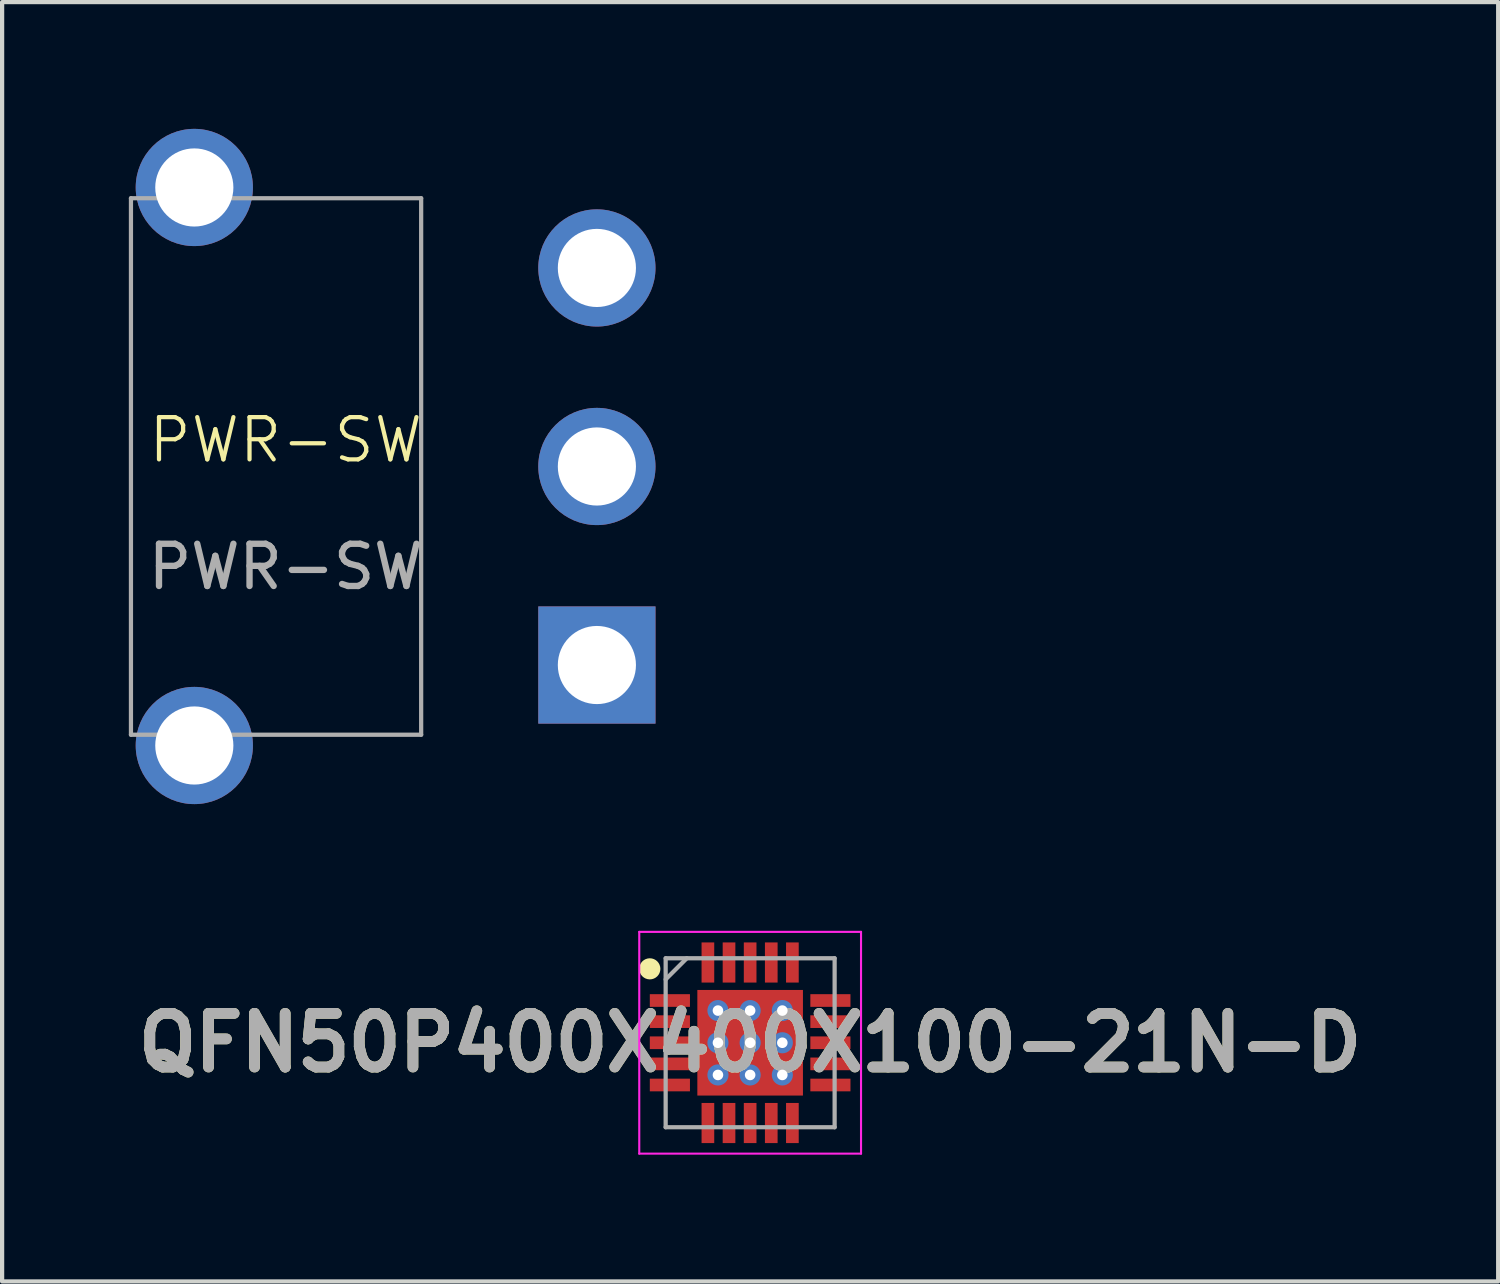
<source format=kicad_pcb>
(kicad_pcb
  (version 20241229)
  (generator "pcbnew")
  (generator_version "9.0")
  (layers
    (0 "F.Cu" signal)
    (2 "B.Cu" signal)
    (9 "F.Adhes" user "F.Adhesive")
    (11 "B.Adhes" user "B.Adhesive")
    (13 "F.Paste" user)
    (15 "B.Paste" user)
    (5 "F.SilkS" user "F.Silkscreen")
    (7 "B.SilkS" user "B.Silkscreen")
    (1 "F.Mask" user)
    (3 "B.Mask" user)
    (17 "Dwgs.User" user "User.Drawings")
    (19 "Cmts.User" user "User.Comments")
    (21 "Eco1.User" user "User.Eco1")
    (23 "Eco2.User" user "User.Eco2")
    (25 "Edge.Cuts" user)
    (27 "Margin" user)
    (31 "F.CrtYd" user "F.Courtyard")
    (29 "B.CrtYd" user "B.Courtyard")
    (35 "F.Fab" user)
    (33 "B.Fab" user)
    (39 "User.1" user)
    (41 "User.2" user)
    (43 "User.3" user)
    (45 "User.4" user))
  (footprint "QFN50P400X400X100-21N-D"
    (layer "F.Cu")
    (at 14.708 21.635)
    (property "Reference" "QFN50P400X400X100-21N-D" (at 0 0 0) (layer "F.SilkS") (effects (font (size 1.27 1.27) (thickness 0.254))))
    (attr smd)
    (fp_circle (center -2.375 -1.75) (end -2.375 -1.625) (stroke (width 0.25) (type solid)) (fill no) (layer "F.SilkS"))
    (fp_line (start -2.625 -2.625) (end 2.625 -2.625) (stroke (width 0.05) (type solid)) (layer "F.CrtYd"))
    (fp_line (start -2.625 2.625) (end -2.625 -2.625) (stroke (width 0.05) (type solid)) (layer "F.CrtYd"))
    (fp_line (start 2.625 -2.625) (end 2.625 2.625) (stroke (width 0.05) (type solid)) (layer "F.CrtYd"))
    (fp_line (start 2.625 2.625) (end -2.625 2.625) (stroke (width 0.05) (type solid)) (layer "F.CrtYd"))
    (fp_line (start -2 -2) (end 2 -2) (stroke (width 0.1) (type solid)) (layer "F.Fab"))
    (fp_line (start -2 -1.5) (end -1.5 -2) (stroke (width 0.1) (type solid)) (layer "F.Fab"))
    (fp_line (start -2 2) (end -2 -2) (stroke (width 0.1) (type solid)) (layer "F.Fab"))
    (fp_line (start 2 -2) (end 2 2) (stroke (width 0.1) (type solid)) (layer "F.Fab"))
    (fp_line (start 2 2) (end -2 2) (stroke (width 0.1) (type solid)) (layer "F.Fab"))
    (fp_text user "${REFERENCE}" (at 0 0 0) (layer "F.Fab") (effects (font (size 1.27 1.27) (thickness 0.254))))
    (pad "1" smd rect (at -1.9 -1 90) (size 0.3 0.95) (layers "F.Cu" "F.Mask" "F.Paste"))
    (pad "2" smd rect (at -1.9 -0.5 90) (size 0.3 0.95) (layers "F.Cu" "F.Mask" "F.Paste"))
    (pad "3" smd rect (at -1.9 0 90) (size 0.3 0.95) (layers "F.Cu" "F.Mask" "F.Paste"))
    (pad "4" smd rect (at -1.9 0.5 90) (size 0.3 0.95) (layers "F.Cu" "F.Mask" "F.Paste"))
    (pad "5" smd rect (at -1.9 1 90) (size 0.3 0.95) (layers "F.Cu" "F.Mask" "F.Paste"))
    (pad "6" smd rect (at -1 1.9) (size 0.3 0.95) (layers "F.Cu" "F.Mask" "F.Paste"))
    (pad "7" smd rect (at -0.5 1.9) (size 0.3 0.95) (layers "F.Cu" "F.Mask" "F.Paste"))
    (pad "8" smd rect (at 0 1.9) (size 0.3 0.95) (layers "F.Cu" "F.Mask" "F.Paste"))
    (pad "9" smd rect (at 0.5 1.9) (size 0.3 0.95) (layers "F.Cu" "F.Mask" "F.Paste"))
    (pad "10" smd rect (at 1 1.9) (size 0.3 0.95) (layers "F.Cu" "F.Mask" "F.Paste"))
    (pad "11" smd rect (at 1.9 1 90) (size 0.3 0.95) (layers "F.Cu" "F.Mask" "F.Paste"))
    (pad "12" smd rect (at 1.9 0.5 90) (size 0.3 0.95) (layers "F.Cu" "F.Mask" "F.Paste"))
    (pad "13" smd rect (at 1.9 0 90) (size 0.3 0.95) (layers "F.Cu" "F.Mask" "F.Paste"))
    (pad "14" smd rect (at 1.9 -0.5 90) (size 0.3 0.95) (layers "F.Cu" "F.Mask" "F.Paste"))
    (pad "15" smd rect (at 1.9 -1 90) (size 0.3 0.95) (layers "F.Cu" "F.Mask" "F.Paste"))
    (pad "16" smd rect (at 1 -1.9) (size 0.3 0.95) (layers "F.Cu" "F.Mask" "F.Paste"))
    (pad "17" smd rect (at 0.5 -1.9) (size 0.3 0.95) (layers "F.Cu" "F.Mask" "F.Paste"))
    (pad "18" smd rect (at 0 -1.9) (size 0.3 0.95) (layers "F.Cu" "F.Mask" "F.Paste"))
    (pad "19" smd rect (at -0.5 -1.9) (size 0.3 0.95) (layers "F.Cu" "F.Mask" "F.Paste"))
    (pad "20" smd rect (at -1 -1.9) (size 0.3 0.95) (layers "F.Cu" "F.Mask" "F.Paste"))
    (pad "21" thru_hole circle (at -0.762 -0.762) (size 0.5 0.5) (drill 0.25) (layers "*.Cu" "*.Mask"))
    (pad "21" thru_hole circle (at -0.762 0) (size 0.5 0.5) (drill 0.25) (layers "*.Cu" "*.Mask"))
    (pad "21" thru_hole circle (at -0.762 0.762) (size 0.5 0.5) (drill 0.25) (layers "*.Cu" "*.Mask"))
    (pad "21" thru_hole circle (at 0 -0.762) (size 0.5 0.5) (drill 0.25) (layers "*.Cu" "*.Mask"))
    (pad "21" thru_hole circle (at 0 0) (size 0.5 0.5) (drill 0.25) (layers "*.Cu" "*.Mask"))
    (pad "21" smd rect (at 0 0) (size 2.5 2.5) (layers "F.Cu" "F.Mask" "F.Paste"))
    (pad "21" thru_hole circle (at 0 0.762) (size 0.5 0.5) (drill 0.25) (layers "*.Cu" "*.Mask"))
    (pad "21" thru_hole circle (at 0.762 -0.762) (size 0.5 0.5) (drill 0.25) (layers "*.Cu" "*.Mask"))
    (pad "21" thru_hole circle (at 0.762 0) (size 0.5 0.5) (drill 0.25) (layers "*.Cu" "*.Mask"))
    (pad "21" thru_hole circle (at 0.762 0.762) (size 0.5 0.5) (drill 0.25) (layers "*.Cu" "*.Mask")))
  (footprint "PWR-SW"
    (layer "F.Cu")
    (at 3.714 7.867)
    (property "Reference" "PWR-SW" (at 0 -0.5 0) (unlocked yes) (layer "F.SilkS") (effects (font (size 1 1) (thickness 0.1))))
    (attr through_hole)
    (fp_line (start -3.664 -6.224) (end 3.206 -6.224) (stroke (width 0.1) (type solid)) (layer "F.Fab"))
    (fp_line (start -3.664 6.476) (end -3.664 -6.224) (stroke (width 0.1) (type solid)) (layer "F.Fab"))
    (fp_line (start 3.206 -6.224) (end 3.206 6.476) (stroke (width 0.1) (type solid)) (layer "F.Fab"))
    (fp_line (start 3.206 6.476) (end -3.664 6.476) (stroke (width 0.1) (type solid)) (layer "F.Fab"))
    (fp_text user "${REFERENCE}" (at 0 2.5 0) (unlocked yes) (layer "F.Fab") (effects (font (size 1 1) (thickness 0.15))))
    (pad "1" thru_hole rect (at 7.366 4.826) (size 2.775 2.775) (drill 1.85) (layers "*.Cu" "*.Mask"))
    (pad "2" thru_hole circle (at 7.366 0.126) (size 2.775 2.775) (drill 1.85) (layers "*.Cu" "*.Mask"))
    (pad "3" thru_hole circle (at 7.366 -4.574) (size 2.775 2.775) (drill 1.85) (layers "*.Cu" "*.Mask"))
    (pad "MH1" thru_hole circle (at -2.164 6.731) (size 2.775 2.775) (drill 1.85) (layers "*.Cu" "*.Mask"))
    (pad "MH2" thru_hole circle (at -2.164 -6.479) (size 2.775 2.775) (drill 1.85) (layers "*.Cu" "*.Mask")))
  (gr_rect
    (start -3 -3)
    (end 32.416 27.285)
    (stroke (width 0.1) (type default))
    (fill no)
    (layer "Edge.Cuts")))
</source>
